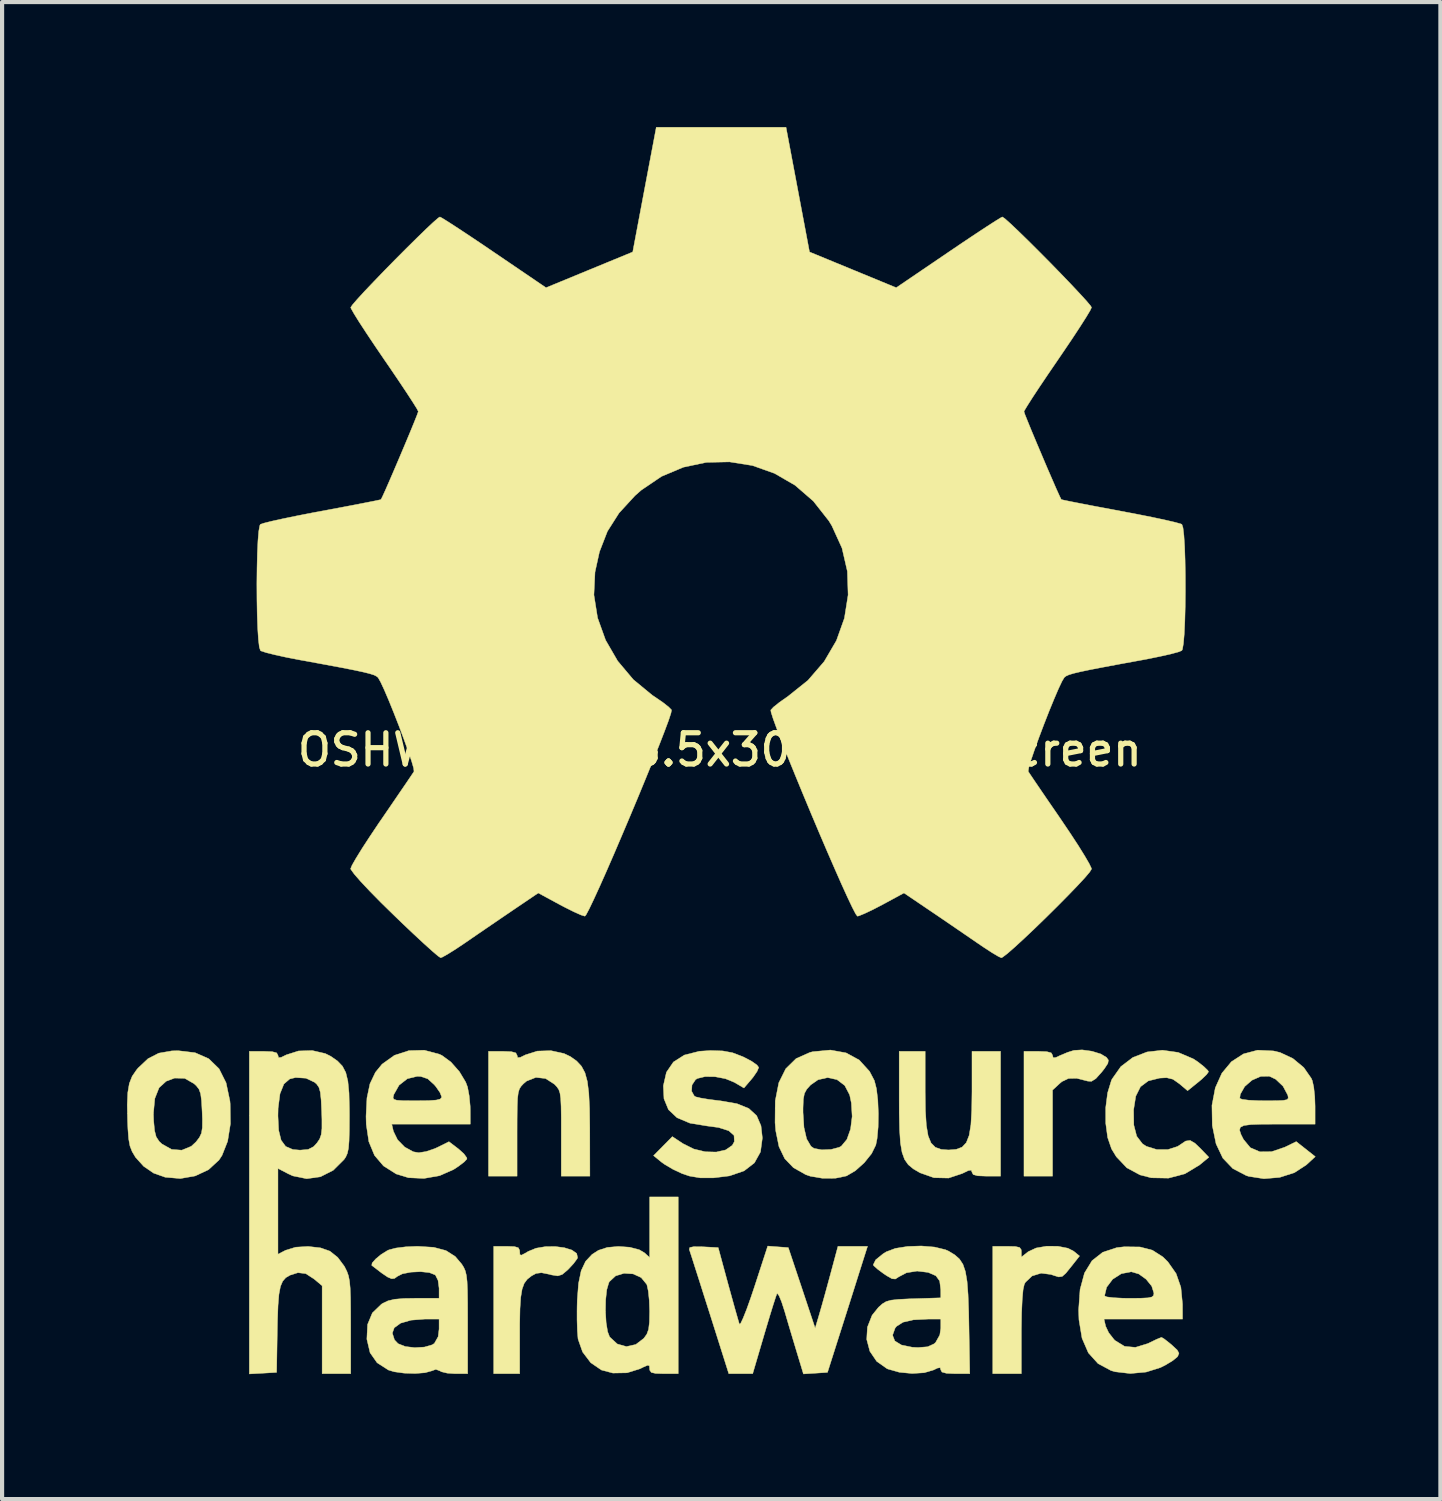
<source format=kicad_pcb>
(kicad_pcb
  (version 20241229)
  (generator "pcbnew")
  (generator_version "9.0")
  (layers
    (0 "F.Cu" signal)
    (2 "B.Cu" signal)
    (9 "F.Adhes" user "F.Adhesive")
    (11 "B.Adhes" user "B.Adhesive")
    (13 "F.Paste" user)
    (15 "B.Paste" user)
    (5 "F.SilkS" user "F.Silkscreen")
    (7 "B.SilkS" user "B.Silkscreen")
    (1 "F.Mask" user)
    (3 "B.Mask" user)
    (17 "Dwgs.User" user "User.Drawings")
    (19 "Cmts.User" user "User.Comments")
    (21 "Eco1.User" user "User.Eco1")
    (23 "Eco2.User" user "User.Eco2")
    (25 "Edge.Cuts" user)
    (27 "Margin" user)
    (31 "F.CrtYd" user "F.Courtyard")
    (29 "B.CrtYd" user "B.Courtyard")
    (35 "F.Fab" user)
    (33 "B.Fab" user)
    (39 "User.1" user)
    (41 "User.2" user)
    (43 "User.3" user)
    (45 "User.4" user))
  (footprint "OSHW-Logo_28.5x30mm_SilkScreen"
    (layer "F.Cu")
    (at 14.232 14.952)
    (property "Reference" "OSHW-Logo_28.5x30mm_SilkScreen" (at 0 0 0) (layer "F.SilkS") (effects (font (size 0.75 0.75) (thickness 0.125))))
    (attr exclude_from_pos_files exclude_from_bom)
    (fp_poly (pts (xy 8.931 7.236) (xy 9.146 7.302) (xy 9.284 7.385) (xy 9.329 7.45) (xy 9.316 7.528) (xy 9.236 7.65) (xy 9.168 7.737) (xy 9.028 7.893) (xy 8.923 7.959) (xy 8.833 7.954) (xy 8.567 7.886) (xy 8.371 7.89) (xy 8.212 7.966) (xy 8.159 8.011) (xy 7.988 8.169) (xy 7.988 10.235) (xy 7.302 10.235) (xy 7.302 7.239) (xy 7.645 7.239) (xy 7.851 7.247) (xy 7.957 7.276) (xy 7.988 7.333) (xy 7.988 7.335) (xy 8.003 7.394) (xy 8.069 7.386) (xy 8.16 7.343) (xy 8.348 7.264) (xy 8.501 7.216) (xy 8.698 7.204) (xy 8.931 7.236)) (stroke (width 0.01) (type solid)) (fill yes) (layer "F.SilkS"))
    (fp_poly (pts (xy 8.116 11.919) (xy 8.356 11.966) (xy 8.493 12.036) (xy 8.636 12.153) (xy 8.432 12.411) (xy 8.306 12.567) (xy 8.22 12.643) (xy 8.135 12.655) (xy 8.011 12.617) (xy 7.952 12.596) (xy 7.714 12.565) (xy 7.496 12.632) (xy 7.336 12.784) (xy 7.31 12.832) (xy 7.281 12.96) (xy 7.26 13.196) (xy 7.245 13.523) (xy 7.239 13.925) (xy 7.239 13.982) (xy 7.239 14.978) (xy 6.553 14.978) (xy 6.553 11.92) (xy 6.896 11.92) (xy 7.094 11.925) (xy 7.197 11.948) (xy 7.235 12) (xy 7.239 12.049) (xy 7.239 12.179) (xy 7.404 12.049) (xy 7.592 11.961) (xy 7.846 11.917) (xy 8.116 11.919)) (stroke (width 0.01) (type solid)) (fill yes) (layer "F.SilkS"))
    (fp_poly (pts (xy -4.93 11.927) (xy -4.837 11.955) (xy -4.807 12.016) (xy -4.805 12.044) (xy -4.8 12.121) (xy -4.763 12.133) (xy -4.662 12.08) (xy -4.603 12.044) (xy -4.414 11.966) (xy -4.189 11.928) (xy -3.953 11.925) (xy -3.732 11.954) (xy -3.552 12.01) (xy -3.437 12.091) (xy -3.415 12.191) (xy -3.426 12.218) (xy -3.509 12.332) (xy -3.638 12.471) (xy -3.661 12.493) (xy -3.784 12.596) (xy -3.89 12.63) (xy -4.038 12.607) (xy -4.097 12.591) (xy -4.282 12.554) (xy -4.412 12.571) (xy -4.521 12.63) (xy -4.622 12.709) (xy -4.696 12.808) (xy -4.747 12.947) (xy -4.78 13.145) (xy -4.798 13.419) (xy -4.805 13.791) (xy -4.805 14.015) (xy -4.805 14.978) (xy -5.429 14.978) (xy -5.429 11.92) (xy -5.117 11.92) (xy -4.93 11.927)) (stroke (width 0.01) (type solid)) (fill yes) (layer "F.SilkS"))
    (fp_poly (pts (xy 4.93 8.211) (xy 4.936 8.668) (xy 4.958 9.016) (xy 5.001 9.268) (xy 5.071 9.439) (xy 5.174 9.543) (xy 5.316 9.594) (xy 5.492 9.607) (xy 5.676 9.592) (xy 5.816 9.539) (xy 5.917 9.432) (xy 5.986 9.257) (xy 6.028 9.001) (xy 6.048 8.648) (xy 6.054 8.211) (xy 6.054 7.239) (xy 6.74 7.239) (xy 6.74 10.235) (xy 6.397 10.235) (xy 6.19 10.227) (xy 6.083 10.197) (xy 6.054 10.141) (xy 6.036 10.091) (xy 5.964 10.102) (xy 5.82 10.172) (xy 5.491 10.281) (xy 5.141 10.273) (xy 4.806 10.155) (xy 4.647 10.062) (xy 4.525 9.961) (xy 4.436 9.835) (xy 4.375 9.666) (xy 4.336 9.436) (xy 4.316 9.127) (xy 4.307 8.723) (xy 4.306 8.41) (xy 4.306 7.239) (xy 4.93 7.239) (xy 4.93 8.211)) (stroke (width 0.01) (type solid)) (fill yes) (layer "F.SilkS"))
    (fp_poly (pts (xy -3.742 7.291) (xy -3.587 7.365) (xy -3.437 7.472) (xy -3.322 7.596) (xy -3.238 7.753) (xy -3.181 7.962) (xy -3.146 8.241) (xy -3.128 8.607) (xy -3.122 9.078) (xy -3.122 9.127) (xy -3.12 10.235) (xy -3.807 10.235) (xy -3.807 9.214) (xy -3.807 8.835) (xy -3.811 8.561) (xy -3.82 8.37) (xy -3.838 8.242) (xy -3.867 8.156) (xy -3.911 8.092) (xy -3.971 8.028) (xy -4.184 7.891) (xy -4.416 7.865) (xy -4.638 7.952) (xy -4.715 8.017) (xy -4.771 8.077) (xy -4.812 8.142) (xy -4.839 8.232) (xy -4.856 8.367) (xy -4.864 8.567) (xy -4.867 8.854) (xy -4.868 9.202) (xy -4.868 10.235) (xy -5.554 10.235) (xy -5.554 7.239) (xy -5.211 7.239) (xy -5.005 7.247) (xy -4.899 7.276) (xy -4.868 7.333) (xy -4.868 7.335) (xy -4.854 7.39) (xy -4.79 7.384) (xy -4.665 7.323) (xy -4.38 7.233) (xy -4.055 7.223) (xy -3.742 7.291)) (stroke (width 0.01) (type solid)) (fill yes) (layer "F.SilkS"))
    (fp_poly (pts (xy 11.004 7.265) (xy 11.366 7.419) (xy 11.48 7.494) (xy 11.625 7.609) (xy 11.717 7.699) (xy 11.733 7.729) (xy 11.688 7.794) (xy 11.573 7.905) (xy 11.481 7.982) (xy 11.23 8.184) (xy 11.032 8.017) (xy 10.879 7.909) (xy 10.729 7.872) (xy 10.558 7.881) (xy 10.286 7.949) (xy 10.099 8.089) (xy 9.986 8.315) (xy 9.934 8.642) (xy 9.934 8.642) (xy 9.939 9.008) (xy 10.008 9.276) (xy 10.146 9.458) (xy 10.241 9.52) (xy 10.491 9.597) (xy 10.758 9.597) (xy 10.991 9.522) (xy 11.046 9.486) (xy 11.184 9.393) (xy 11.292 9.378) (xy 11.409 9.447) (xy 11.538 9.571) (xy 11.741 9.782) (xy 11.515 9.968) (xy 11.165 10.179) (xy 10.771 10.283) (xy 10.359 10.275) (xy 10.089 10.206) (xy 9.772 10.036) (xy 9.519 9.769) (xy 9.404 9.58) (xy 9.311 9.309) (xy 9.265 8.965) (xy 9.264 8.593) (xy 9.31 8.236) (xy 9.401 7.937) (xy 9.416 7.906) (xy 9.628 7.605) (xy 9.916 7.386) (xy 10.257 7.254) (xy 10.627 7.212) (xy 11.004 7.265)) (stroke (width 0.01) (type solid)) (fill yes) (layer "F.SilkS"))
    (fp_poly (pts (xy 3.031 7.276) (xy 3.347 7.448) (xy 3.594 7.72) (xy 3.71 7.94) (xy 3.76 8.135) (xy 3.793 8.413) (xy 3.806 8.733) (xy 3.801 9.055) (xy 3.775 9.337) (xy 3.745 9.488) (xy 3.643 9.695) (xy 3.467 9.914) (xy 3.254 10.105) (xy 3.043 10.229) (xy 3.038 10.231) (xy 2.777 10.285) (xy 2.468 10.287) (xy 2.173 10.237) (xy 2.06 10.198) (xy 1.767 10.032) (xy 1.558 9.815) (xy 1.42 9.527) (xy 1.343 9.15) (xy 1.326 8.952) (xy 1.328 8.704) (xy 1.997 8.704) (xy 2.02 9.066) (xy 2.084 9.342) (xy 2.188 9.519) (xy 2.261 9.569) (xy 2.449 9.604) (xy 2.673 9.594) (xy 2.866 9.543) (xy 2.917 9.515) (xy 3.051 9.353) (xy 3.139 9.105) (xy 3.177 8.803) (xy 3.158 8.48) (xy 3.117 8.285) (xy 2.999 8.059) (xy 2.813 7.918) (xy 2.589 7.869) (xy 2.358 7.921) (xy 2.179 8.046) (xy 2.086 8.149) (xy 2.031 8.251) (xy 2.005 8.389) (xy 1.997 8.6) (xy 1.997 8.704) (xy 1.328 8.704) (xy 1.331 8.425) (xy 1.416 7.993) (xy 1.583 7.656) (xy 1.831 7.413) (xy 2.161 7.266) (xy 2.231 7.248) (xy 2.656 7.208) (xy 3.031 7.276)) (stroke (width 0.01) (type solid)) (fill yes) (layer "F.SilkS"))
    (fp_poly (pts (xy 1.397 11.933) (xy 1.644 11.951) (xy 1.967 12.918) (xy 2.289 13.886) (xy 2.391 13.543) (xy 2.452 13.33) (xy 2.532 13.044) (xy 2.618 12.729) (xy 2.664 12.56) (xy 2.836 11.92) (xy 3.546 11.92) (xy 3.333 12.591) (xy 3.229 12.921) (xy 3.103 13.319) (xy 2.971 13.734) (xy 2.853 14.104) (xy 2.585 14.947) (xy 2.296 14.966) (xy 2.007 14.984) (xy 1.85 14.466) (xy 1.753 14.144) (xy 1.647 13.79) (xy 1.555 13.476) (xy 1.551 13.464) (xy 1.482 13.251) (xy 1.422 13.107) (xy 1.379 13.052) (xy 1.37 13.058) (xy 1.34 13.143) (xy 1.281 13.325) (xy 1.202 13.581) (xy 1.11 13.888) (xy 1.06 14.057) (xy 0.789 14.978) (xy 0.215 14.978) (xy -0.244 13.527) (xy -0.374 13.12) (xy -0.491 12.75) (xy -0.592 12.435) (xy -0.669 12.193) (xy -0.719 12.039) (xy -0.734 11.995) (xy -0.722 11.949) (xy -0.628 11.929) (xy -0.433 11.931) (xy -0.402 11.932) (xy -0.039 11.951) (xy 0.198 12.825) (xy 0.286 13.143) (xy 0.364 13.424) (xy 0.426 13.641) (xy 0.464 13.771) (xy 0.472 13.792) (xy 0.501 13.768) (xy 0.561 13.641) (xy 0.645 13.43) (xy 0.744 13.152) (xy 0.829 12.9) (xy 1.15 11.914) (xy 1.397 11.933)) (stroke (width 0.01) (type solid)) (fill yes) (layer "F.SilkS"))
    (fp_poly (pts (xy -12.598 7.272) (xy -12.271 7.416) (xy -12.023 7.657) (xy -11.854 7.995) (xy -11.762 8.431) (xy -11.756 8.499) (xy -11.75 8.978) (xy -11.817 9.398) (xy -11.952 9.739) (xy -12.024 9.848) (xy -12.275 10.08) (xy -12.595 10.23) (xy -12.952 10.293) (xy -13.317 10.261) (xy -13.594 10.163) (xy -13.833 9.999) (xy -14.028 9.783) (xy -14.031 9.778) (xy -14.11 9.645) (xy -14.162 9.511) (xy -14.193 9.342) (xy -14.211 9.104) (xy -14.219 8.909) (xy -14.223 8.731) (xy -13.599 8.731) (xy -13.593 8.908) (xy -13.571 9.143) (xy -13.532 9.293) (xy -13.461 9.401) (xy -13.395 9.463) (xy -13.161 9.594) (xy -12.917 9.612) (xy -12.689 9.518) (xy -12.575 9.412) (xy -12.493 9.305) (xy -12.445 9.203) (xy -12.424 9.071) (xy -12.422 8.872) (xy -12.429 8.689) (xy -12.443 8.427) (xy -12.465 8.258) (xy -12.505 8.147) (xy -12.572 8.062) (xy -12.625 8.014) (xy -12.848 7.887) (xy -13.089 7.881) (xy -13.291 7.956) (xy -13.463 8.113) (xy -13.565 8.371) (xy -13.599 8.731) (xy -14.223 8.731) (xy -14.227 8.52) (xy -14.214 8.229) (xy -14.177 8.011) (xy -14.109 7.838) (xy -14.005 7.686) (xy -13.967 7.64) (xy -13.728 7.415) (xy -13.471 7.283) (xy -13.156 7.228) (xy -13.003 7.224) (xy -12.598 7.272)) (stroke (width 0.01) (type solid)) (fill yes) (layer "F.SilkS"))
    (fp_poly (pts (xy -0.999 14.978) (xy -1.342 14.978) (xy -1.541 14.972) (xy -1.645 14.948) (xy -1.682 14.895) (xy -1.685 14.86) (xy -1.691 14.789) (xy -1.731 14.775) (xy -1.835 14.819) (xy -1.917 14.86) (xy -2.228 14.957) (xy -2.567 14.963) (xy -2.843 14.89) (xy -3.099 14.715) (xy -3.295 14.457) (xy -3.402 14.152) (xy -3.405 14.135) (xy -3.42 13.949) (xy -3.428 13.682) (xy -3.428 13.481) (xy -2.746 13.481) (xy -2.73 13.749) (xy -2.694 13.97) (xy -2.646 14.095) (xy -2.462 14.265) (xy -2.243 14.327) (xy -2.018 14.277) (xy -1.825 14.13) (xy -1.753 14.03) (xy -1.71 13.912) (xy -1.69 13.739) (xy -1.685 13.48) (xy -1.694 13.223) (xy -1.717 12.997) (xy -1.75 12.846) (xy -1.756 12.832) (xy -1.888 12.671) (xy -2.082 12.582) (xy -2.3 12.568) (xy -2.502 12.63) (xy -2.651 12.768) (xy -2.666 12.796) (xy -2.715 12.964) (xy -2.741 13.206) (xy -2.746 13.481) (xy -3.428 13.481) (xy -3.427 13.378) (xy -3.423 13.215) (xy -3.392 12.81) (xy -3.329 12.506) (xy -3.223 12.281) (xy -3.067 12.114) (xy -2.914 12.016) (xy -2.702 11.947) (xy -2.437 11.923) (xy -2.166 11.942) (xy -1.935 12.002) (xy -1.812 12.074) (xy -1.685 12.189) (xy -1.685 10.734) (xy -0.999 10.734) (xy -0.999 14.978)) (stroke (width 0.01) (type solid)) (fill yes) (layer "F.SilkS"))
    (fp_poly (pts (xy 13.291 7.229) (xy 13.451 7.267) (xy 13.757 7.41) (xy 14.019 7.627) (xy 14.2 7.887) (xy 14.225 7.945) (xy 14.259 8.099) (xy 14.283 8.325) (xy 14.291 8.554) (xy 14.291 8.987) (xy 13.386 8.987) (xy 13.013 8.988) (xy 12.75 8.997) (xy 12.583 9.019) (xy 12.497 9.061) (xy 12.478 9.13) (xy 12.511 9.233) (xy 12.571 9.352) (xy 12.736 9.552) (xy 12.966 9.651) (xy 13.246 9.648) (xy 13.564 9.54) (xy 13.839 9.406) (xy 14.296 9.767) (xy 14.081 9.965) (xy 13.794 10.152) (xy 13.442 10.265) (xy 13.063 10.297) (xy 12.697 10.24) (xy 12.638 10.221) (xy 12.316 10.053) (xy 12.076 9.802) (xy 11.914 9.461) (xy 11.824 9.023) (xy 11.823 9.014) (xy 11.815 8.536) (xy 11.848 8.366) (xy 12.482 8.366) (xy 12.54 8.392) (xy 12.698 8.412) (xy 12.931 8.423) (xy 13.079 8.425) (xy 13.354 8.424) (xy 13.526 8.417) (xy 13.617 8.399) (xy 13.647 8.364) (xy 13.64 8.307) (xy 13.633 8.285) (xy 13.522 8.077) (xy 13.346 7.909) (xy 13.191 7.836) (xy 12.985 7.84) (xy 12.776 7.932) (xy 12.601 8.084) (xy 12.496 8.269) (xy 12.482 8.366) (xy 11.848 8.366) (xy 11.895 8.116) (xy 12.054 7.763) (xy 12.282 7.488) (xy 12.571 7.301) (xy 12.91 7.211) (xy 13.291 7.229)) (stroke (width 0.01) (type solid)) (fill yes) (layer "F.SilkS"))
    (fp_poly (pts (xy 0.07 7.229) (xy 0.306 7.273) (xy 0.551 7.367) (xy 0.577 7.379) (xy 0.763 7.477) (xy 0.892 7.568) (xy 0.934 7.626) (xy 0.894 7.721) (xy 0.798 7.861) (xy 0.755 7.913) (xy 0.579 8.119) (xy 0.352 7.985) (xy 0.136 7.896) (xy -0.114 7.848) (xy -0.353 7.845) (xy -0.539 7.89) (xy -0.583 7.918) (xy -0.668 8.046) (xy -0.678 8.194) (xy -0.615 8.309) (xy -0.577 8.332) (xy -0.465 8.359) (xy -0.267 8.392) (xy -0.024 8.423) (xy 0.021 8.428) (xy 0.412 8.496) (xy 0.696 8.611) (xy 0.884 8.784) (xy 0.988 9.025) (xy 1.021 9.319) (xy 0.976 9.654) (xy 0.83 9.917) (xy 0.582 10.109) (xy 0.232 10.229) (xy -0.156 10.277) (xy -0.473 10.276) (xy -0.73 10.233) (xy -0.905 10.174) (xy -1.127 10.07) (xy -1.331 9.949) (xy -1.404 9.896) (xy -1.591 9.743) (xy -1.366 9.515) (xy -1.14 9.286) (xy -0.883 9.456) (xy -0.626 9.584) (xy -0.351 9.65) (xy -0.086 9.657) (xy 0.139 9.606) (xy 0.298 9.497) (xy 0.349 9.405) (xy 0.341 9.258) (xy 0.214 9.145) (xy -0.032 9.067) (xy -0.303 9.031) (xy -0.718 8.963) (xy -1.027 8.833) (xy -1.233 8.639) (xy -1.341 8.377) (xy -1.356 8.066) (xy -1.282 7.741) (xy -1.114 7.495) (xy -0.851 7.328) (xy -0.491 7.237) (xy -0.224 7.22) (xy 0.07 7.229)) (stroke (width 0.01) (type solid)) (fill yes) (layer "F.SilkS"))
    (fp_poly (pts (xy 10.088 11.936) (xy 10.386 12.014) (xy 10.636 12.174) (xy 10.757 12.293) (xy 10.955 12.576) (xy 11.069 12.904) (xy 11.108 13.307) (xy 11.108 13.34) (xy 11.109 13.667) (xy 9.223 13.667) (xy 9.263 13.839) (xy 9.336 13.994) (xy 9.463 14.156) (xy 9.489 14.182) (xy 9.718 14.322) (xy 9.978 14.346) (xy 10.278 14.254) (xy 10.329 14.229) (xy 10.484 14.154) (xy 10.589 14.111) (xy 10.607 14.107) (xy 10.671 14.145) (xy 10.792 14.24) (xy 10.853 14.291) (xy 10.981 14.41) (xy 11.023 14.488) (xy 10.994 14.56) (xy 10.978 14.579) (xy 10.873 14.665) (xy 10.699 14.77) (xy 10.578 14.831) (xy 10.234 14.939) (xy 9.854 14.974) (xy 9.493 14.932) (xy 9.392 14.903) (xy 9.08 14.735) (xy 8.848 14.478) (xy 8.696 14.127) (xy 8.622 13.682) (xy 8.614 13.449) (xy 8.638 13.11) (xy 9.236 13.11) (xy 9.294 13.135) (xy 9.45 13.154) (xy 9.676 13.166) (xy 9.829 13.168) (xy 10.105 13.166) (xy 10.279 13.157) (xy 10.374 13.136) (xy 10.414 13.099) (xy 10.422 13.044) (xy 10.369 12.876) (xy 10.234 12.71) (xy 10.057 12.583) (xy 9.879 12.531) (xy 9.639 12.577) (xy 9.43 12.711) (xy 9.286 12.903) (xy 9.236 13.11) (xy 8.638 13.11) (xy 8.649 12.955) (xy 8.755 12.561) (xy 8.936 12.265) (xy 9.193 12.063) (xy 9.529 11.952) (xy 9.711 11.931) (xy 10.088 11.936)) (stroke (width 0.01) (type solid)) (fill yes) (layer "F.SilkS"))
    (fp_poly (pts (xy -6.733 7.309) (xy -6.671 7.338) (xy -6.456 7.496) (xy -6.253 7.726) (xy -6.101 7.979) (xy -6.057 8.096) (xy -6.018 8.304) (xy -5.994 8.555) (xy -5.992 8.659) (xy -5.991 8.987) (xy -7.877 8.987) (xy -7.837 9.158) (xy -7.738 9.361) (xy -7.566 9.537) (xy -7.36 9.65) (xy -7.23 9.673) (xy -7.052 9.645) (xy -6.841 9.573) (xy -6.769 9.54) (xy -6.503 9.408) (xy -6.276 9.581) (xy -6.145 9.698) (xy -6.076 9.794) (xy -6.072 9.823) (xy -6.134 9.891) (xy -6.271 9.996) (xy -6.394 10.077) (xy -6.728 10.224) (xy -7.103 10.29) (xy -7.474 10.273) (xy -7.77 10.183) (xy -8.075 9.99) (xy -8.291 9.736) (xy -8.427 9.407) (xy -8.489 8.99) (xy -8.494 8.799) (xy -8.472 8.362) (xy -8.47 8.349) (xy -7.845 8.349) (xy -7.827 8.39) (xy -7.757 8.413) (xy -7.611 8.423) (xy -7.368 8.425) (xy -7.275 8.425) (xy -6.99 8.422) (xy -6.81 8.409) (xy -6.713 8.385) (xy -6.679 8.345) (xy -6.678 8.332) (xy -6.717 8.231) (xy -6.815 8.089) (xy -6.857 8.039) (xy -7.013 7.898) (xy -7.176 7.843) (xy -7.264 7.838) (xy -7.502 7.896) (xy -7.701 8.052) (xy -7.828 8.277) (xy -7.83 8.285) (xy -7.845 8.349) (xy -8.47 8.349) (xy -8.4 8.018) (xy -8.269 7.743) (xy -8.109 7.547) (xy -7.813 7.335) (xy -7.465 7.222) (xy -7.096 7.212) (xy -6.733 7.309)) (stroke (width 0.01) (type solid)) (fill yes) (layer "F.SilkS"))
    (fp_poly (pts (xy 5.154 11.938) (xy 5.417 12.002) (xy 5.493 12.036) (xy 5.64 12.125) (xy 5.753 12.225) (xy 5.837 12.353) (xy 5.896 12.527) (xy 5.936 12.765) (xy 5.96 13.083) (xy 5.975 13.499) (xy 5.98 13.777) (xy 6.001 14.978) (xy 5.653 14.978) (xy 5.442 14.969) (xy 5.333 14.939) (xy 5.305 14.888) (xy 5.29 14.833) (xy 5.223 14.844) (xy 5.133 14.888) (xy 4.907 14.955) (xy 4.616 14.973) (xy 4.31 14.944) (xy 4.038 14.867) (xy 4.014 14.857) (xy 3.766 14.682) (xy 3.602 14.44) (xy 3.527 14.157) (xy 3.532 14.055) (xy 4.147 14.055) (xy 4.201 14.192) (xy 4.361 14.29) (xy 4.62 14.343) (xy 4.759 14.35) (xy 4.989 14.332) (xy 5.142 14.262) (xy 5.18 14.229) (xy 5.281 14.049) (xy 5.305 13.886) (xy 5.305 13.667) (xy 5 13.667) (xy 4.647 13.685) (xy 4.399 13.742) (xy 4.242 13.841) (xy 4.207 13.886) (xy 4.147 14.055) (xy 3.532 14.055) (xy 3.544 13.859) (xy 3.656 13.575) (xy 3.81 13.384) (xy 3.903 13.301) (xy 3.994 13.246) (xy 4.113 13.213) (xy 4.288 13.194) (xy 4.55 13.181) (xy 4.653 13.178) (xy 5.305 13.157) (xy 5.304 12.96) (xy 5.278 12.752) (xy 5.187 12.627) (xy 5.003 12.547) (xy 4.998 12.546) (xy 4.737 12.514) (xy 4.481 12.555) (xy 4.291 12.655) (xy 4.215 12.705) (xy 4.133 12.698) (xy 4.007 12.626) (xy 3.932 12.576) (xy 3.787 12.468) (xy 3.697 12.387) (xy 3.683 12.364) (xy 3.742 12.244) (xy 3.918 12.101) (xy 3.994 12.053) (xy 4.213 11.97) (xy 4.509 11.923) (xy 4.837 11.912) (xy 5.154 11.938)) (stroke (width 0.01) (type solid)) (fill yes) (layer "F.SilkS"))
    (fp_poly (pts (xy -6.87 11.944) (xy -6.576 12.022) (xy -6.353 12.164) (xy -6.195 12.35) (xy -6.146 12.43) (xy -6.11 12.513) (xy -6.085 12.619) (xy -6.068 12.768) (xy -6.059 12.979) (xy -6.055 13.272) (xy -6.054 13.666) (xy -6.054 13.77) (xy -6.054 14.978) (xy -6.353 14.978) (xy -6.544 14.965) (xy -6.685 14.931) (xy -6.721 14.91) (xy -6.818 14.874) (xy -6.916 14.91) (xy -7.079 14.955) (xy -7.316 14.973) (xy -7.578 14.965) (xy -7.817 14.932) (xy -7.957 14.89) (xy -8.228 14.716) (xy -8.397 14.475) (xy -8.473 14.154) (xy -8.474 14.146) (xy -8.467 14.004) (xy -7.863 14.004) (xy -7.811 14.166) (xy -7.725 14.257) (xy -7.552 14.326) (xy -7.324 14.353) (xy -7.092 14.339) (xy -6.906 14.285) (xy -6.854 14.251) (xy -6.763 14.09) (xy -6.74 13.907) (xy -6.74 13.667) (xy -7.085 13.667) (xy -7.413 13.693) (xy -7.662 13.764) (xy -7.817 13.876) (xy -7.863 14.004) (xy -8.467 14.004) (xy -8.457 13.796) (xy -8.342 13.519) (xy -8.124 13.309) (xy -8.094 13.29) (xy -7.965 13.228) (xy -7.806 13.191) (xy -7.582 13.172) (xy -7.317 13.168) (xy -6.74 13.168) (xy -6.74 12.926) (xy -6.765 12.738) (xy -6.827 12.613) (xy -6.834 12.606) (xy -6.973 12.551) (xy -7.183 12.529) (xy -7.415 12.54) (xy -7.621 12.58) (xy -7.742 12.641) (xy -7.808 12.69) (xy -7.878 12.699) (xy -7.974 12.659) (xy -8.12 12.56) (xy -8.337 12.393) (xy -8.357 12.378) (xy -8.347 12.32) (xy -8.261 12.223) (xy -8.132 12.116) (xy -7.988 12.026) (xy -7.943 12.005) (xy -7.779 11.962) (xy -7.538 11.932) (xy -7.269 11.92) (xy -7.257 11.92) (xy -6.87 11.944)) (stroke (width 0.01) (type solid)) (fill yes) (layer "F.SilkS"))
    (fp_poly (pts (xy -9.473 7.292) (xy -9.342 7.357) (xy -9.18 7.47) (xy -9.061 7.594) (xy -8.98 7.749) (xy -8.93 7.957) (xy -8.903 8.239) (xy -8.894 8.617) (xy -8.893 8.779) (xy -8.895 9.135) (xy -8.902 9.39) (xy -8.916 9.566) (xy -8.942 9.687) (xy -8.981 9.776) (xy -9.022 9.836) (xy -9.282 10.095) (xy -9.588 10.25) (xy -9.919 10.297) (xy -10.252 10.229) (xy -10.357 10.181) (xy -10.609 10.05) (xy -10.609 12.11) (xy -10.425 12.015) (xy -10.183 11.941) (xy -9.884 11.923) (xy -9.587 11.957) (xy -9.362 12.036) (xy -9.175 12.185) (xy -9.016 12.398) (xy -9.004 12.42) (xy -8.953 12.523) (xy -8.916 12.627) (xy -8.891 12.753) (xy -8.875 12.922) (xy -8.866 13.156) (xy -8.863 13.474) (xy -8.862 13.833) (xy -8.862 14.978) (xy -9.548 14.978) (xy -9.548 12.867) (xy -9.74 12.706) (xy -9.94 12.576) (xy -10.129 12.553) (xy -10.319 12.613) (xy -10.42 12.672) (xy -10.495 12.757) (xy -10.549 12.884) (xy -10.585 13.073) (xy -10.607 13.341) (xy -10.62 13.705) (xy -10.625 13.948) (xy -10.641 14.947) (xy -10.968 14.966) (xy -11.296 14.984) (xy -11.296 8.788) (xy -10.609 8.788) (xy -10.592 9.133) (xy -10.533 9.373) (xy -10.423 9.522) (xy -10.252 9.596) (xy -10.079 9.611) (xy -9.883 9.594) (xy -9.753 9.527) (xy -9.672 9.439) (xy -9.608 9.345) (xy -9.57 9.239) (xy -9.553 9.092) (xy -9.553 8.87) (xy -9.559 8.685) (xy -9.572 8.406) (xy -9.591 8.222) (xy -9.624 8.106) (xy -9.677 8.028) (xy -9.727 7.983) (xy -9.936 7.884) (xy -10.184 7.868) (xy -10.326 7.902) (xy -10.466 8.023) (xy -10.56 8.257) (xy -10.605 8.604) (xy -10.609 8.788) (xy -11.296 8.788) (xy -11.296 7.239) (xy -10.953 7.239) (xy -10.746 7.247) (xy -10.64 7.276) (xy -10.609 7.333) (xy -10.609 7.335) (xy -10.595 7.39) (xy -10.532 7.384) (xy -10.407 7.323) (xy -10.114 7.23) (xy -9.785 7.22) (xy -9.473 7.292)) (stroke (width 0.01) (type solid)) (fill yes) (layer "F.SilkS"))
    (fp_poly (pts (xy 2.153 -11.953) (xy 3.194 -11.524) (xy 4.235 -11.095) (xy 5.484 -11.944) (xy 5.834 -12.181) (xy 6.15 -12.392) (xy 6.418 -12.568) (xy 6.623 -12.7) (xy 6.75 -12.777) (xy 6.784 -12.794) (xy 6.846 -12.751) (xy 6.979 -12.632) (xy 7.168 -12.453) (xy 7.398 -12.229) (xy 7.654 -11.974) (xy 7.921 -11.705) (xy 8.184 -11.435) (xy 8.428 -11.181) (xy 8.639 -10.956) (xy 8.802 -10.778) (xy 8.901 -10.66) (xy 8.924 -10.62) (xy 8.89 -10.547) (xy 8.795 -10.388) (xy 8.648 -10.157) (xy 8.46 -9.871) (xy 8.24 -9.545) (xy 8.113 -9.359) (xy 7.881 -9.019) (xy 7.675 -8.713) (xy 7.505 -8.455) (xy 7.381 -8.26) (xy 7.312 -8.145) (xy 7.302 -8.12) (xy 7.325 -8.051) (xy 7.389 -7.891) (xy 7.483 -7.661) (xy 7.599 -7.384) (xy 7.726 -7.084) (xy 7.854 -6.782) (xy 7.976 -6.501) (xy 8.079 -6.264) (xy 8.156 -6.094) (xy 8.196 -6.013) (xy 8.199 -6.009) (xy 8.262 -5.994) (xy 8.431 -5.959) (xy 8.687 -5.909) (xy 9.014 -5.846) (xy 9.394 -5.775) (xy 9.615 -5.733) (xy 10.021 -5.656) (xy 10.387 -5.583) (xy 10.696 -5.517) (xy 10.928 -5.463) (xy 11.065 -5.425) (xy 11.093 -5.413) (xy 11.12 -5.331) (xy 11.142 -5.146) (xy 11.159 -4.879) (xy 11.17 -4.553) (xy 11.176 -4.189) (xy 11.177 -3.808) (xy 11.173 -3.432) (xy 11.164 -3.083) (xy 11.15 -2.782) (xy 11.13 -2.551) (xy 11.106 -2.412) (xy 11.091 -2.383) (xy 11.003 -2.348) (xy 10.817 -2.298) (xy 10.556 -2.24) (xy 10.247 -2.177) (xy 10.139 -2.157) (xy 9.619 -2.062) (xy 9.208 -1.985) (xy 8.892 -1.924) (xy 8.659 -1.875) (xy 8.494 -1.836) (xy 8.385 -1.803) (xy 8.316 -1.773) (xy 8.276 -1.743) (xy 8.27 -1.738) (xy 8.214 -1.644) (xy 8.128 -1.461) (xy 8.021 -1.211) (xy 7.901 -0.918) (xy 7.778 -0.603) (xy 7.659 -0.288) (xy 7.554 0.003) (xy 7.47 0.249) (xy 7.417 0.428) (xy 7.403 0.515) (xy 7.404 0.519) (xy 7.451 0.59) (xy 7.558 0.749) (xy 7.713 0.977) (xy 7.905 1.258) (xy 8.124 1.576) (xy 8.186 1.667) (xy 8.407 1.995) (xy 8.603 2.294) (xy 8.76 2.547) (xy 8.87 2.737) (xy 8.922 2.847) (xy 8.924 2.861) (xy 8.881 2.932) (xy 8.762 3.073) (xy 8.581 3.268) (xy 8.355 3.502) (xy 8.099 3.761) (xy 7.828 4.029) (xy 7.558 4.291) (xy 7.303 4.532) (xy 7.08 4.737) (xy 6.904 4.891) (xy 6.789 4.978) (xy 6.758 4.993) (xy 6.684 4.959) (xy 6.533 4.869) (xy 6.329 4.736) (xy 6.173 4.63) (xy 5.889 4.435) (xy 5.553 4.205) (xy 5.216 3.975) (xy 5.034 3.852) (xy 4.421 3.437) (xy 3.906 3.716) (xy 3.671 3.838) (xy 3.472 3.932) (xy 3.337 3.987) (xy 3.302 3.994) (xy 3.261 3.938) (xy 3.18 3.782) (xy 3.064 3.538) (xy 2.92 3.221) (xy 2.755 2.847) (xy 2.573 2.429) (xy 2.382 1.982) (xy 2.187 1.52) (xy 1.995 1.059) (xy 1.811 0.612) (xy 1.641 0.193) (xy 1.492 -0.182) (xy 1.37 -0.499) (xy 1.281 -0.743) (xy 1.231 -0.901) (xy 1.223 -0.955) (xy 1.287 -1.025) (xy 1.427 -1.137) (xy 1.615 -1.269) (xy 1.63 -1.279) (xy 2.115 -1.667) (xy 2.505 -2.119) (xy 2.799 -2.622) (xy 2.991 -3.16) (xy 3.08 -3.719) (xy 3.062 -4.285) (xy 2.933 -4.844) (xy 2.689 -5.38) (xy 2.618 -5.497) (xy 2.245 -5.971) (xy 1.805 -6.352) (xy 1.313 -6.637) (xy 0.784 -6.825) (xy 0.232 -6.913) (xy -0.325 -6.901) (xy -0.875 -6.785) (xy -1.4 -6.564) (xy -1.886 -6.235) (xy -2.037 -6.102) (xy -2.42 -5.685) (xy -2.699 -5.246) (xy -2.89 -4.754) (xy -2.997 -4.267) (xy -3.023 -3.719) (xy -2.935 -3.168) (xy -2.743 -2.634) (xy -2.453 -2.133) (xy -2.077 -1.686) (xy -1.622 -1.311) (xy -1.562 -1.271) (xy -1.373 -1.142) (xy -1.229 -1.029) (xy -1.16 -0.958) (xy -1.159 -0.955) (xy -1.174 -0.878) (xy -1.232 -0.702) (xy -1.329 -0.442) (xy -1.457 -0.112) (xy -1.61 0.272) (xy -1.783 0.697) (xy -1.969 1.148) (xy -2.163 1.611) (xy -2.358 2.071) (xy -2.547 2.513) (xy -2.726 2.924) (xy -2.888 3.288) (xy -3.027 3.591) (xy -3.136 3.819) (xy -3.21 3.958) (xy -3.24 3.994) (xy -3.331 3.966) (xy -3.502 3.89) (xy -3.722 3.78) (xy -3.844 3.716) (xy -4.359 3.437) (xy -4.972 3.852) (xy -5.285 4.065) (xy -5.628 4.299) (xy -5.949 4.519) (xy -6.11 4.63) (xy -6.337 4.782) (xy -6.528 4.902) (xy -6.66 4.976) (xy -6.703 4.992) (xy -6.766 4.95) (xy -6.904 4.832) (xy -7.104 4.652) (xy -7.353 4.421) (xy -7.638 4.151) (xy -7.818 3.977) (xy -8.134 3.668) (xy -8.406 3.391) (xy -8.625 3.158) (xy -8.778 2.982) (xy -8.856 2.874) (xy -8.864 2.853) (xy -8.829 2.769) (xy -8.733 2.601) (xy -8.587 2.365) (xy -8.4 2.078) (xy -8.185 1.756) (xy -8.123 1.667) (xy -7.9 1.341) (xy -7.7 1.048) (xy -7.533 0.804) (xy -7.412 0.625) (xy -7.348 0.529) (xy -7.342 0.519) (xy -7.351 0.441) (xy -7.4 0.272) (xy -7.481 0.032) (xy -7.585 -0.256) (xy -7.702 -0.569) (xy -7.826 -0.886) (xy -7.946 -1.182) (xy -8.055 -1.437) (xy -8.144 -1.628) (xy -8.204 -1.733) (xy -8.208 -1.738) (xy -8.245 -1.767) (xy -8.306 -1.797) (xy -8.407 -1.829) (xy -8.56 -1.867) (xy -8.779 -1.914) (xy -9.078 -1.973) (xy -9.47 -2.046) (xy -9.969 -2.138) (xy -10.077 -2.157) (xy -10.397 -2.219) (xy -10.676 -2.28) (xy -10.889 -2.333) (xy -11.012 -2.373) (xy -11.029 -2.383) (xy -11.056 -2.466) (xy -11.078 -2.652) (xy -11.095 -2.919) (xy -11.107 -3.246) (xy -11.113 -3.611) (xy -11.115 -3.992) (xy -11.111 -4.368) (xy -11.103 -4.716) (xy -11.089 -5.017) (xy -11.07 -5.246) (xy -11.045 -5.384) (xy -11.031 -5.413) (xy -10.949 -5.441) (xy -10.763 -5.488) (xy -10.491 -5.548) (xy -10.152 -5.618) (xy -9.764 -5.694) (xy -9.553 -5.733) (xy -9.152 -5.808) (xy -8.794 -5.876) (xy -8.497 -5.934) (xy -8.279 -5.977) (xy -8.157 -6.003) (xy -8.136 -6.009) (xy -8.102 -6.075) (xy -8.03 -6.233) (xy -7.93 -6.462) (xy -7.811 -6.738) (xy -7.683 -7.038) (xy -7.555 -7.341) (xy -7.437 -7.623) (xy -7.339 -7.862) (xy -7.27 -8.035) (xy -7.24 -8.12) (xy -7.239 -8.123) (xy -7.273 -8.19) (xy -7.369 -8.344) (xy -7.516 -8.57) (xy -7.704 -8.852) (xy -7.923 -9.175) (xy -8.051 -9.361) (xy -8.283 -9.702) (xy -8.489 -10.011) (xy -8.66 -10.273) (xy -8.784 -10.473) (xy -8.852 -10.594) (xy -8.862 -10.621) (xy -8.82 -10.684) (xy -8.703 -10.819) (xy -8.527 -11.011) (xy -8.305 -11.244) (xy -8.055 -11.504) (xy -7.789 -11.775) (xy -7.523 -12.042) (xy -7.272 -12.29) (xy -7.052 -12.504) (xy -6.876 -12.669) (xy -6.759 -12.77) (xy -6.72 -12.794) (xy -6.657 -12.76) (xy -6.505 -12.665) (xy -6.28 -12.519) (xy -5.997 -12.332) (xy -5.669 -12.112) (xy -5.422 -11.944) (xy -4.173 -11.095) (xy -3.132 -11.524) (xy -2.091 -11.953) (xy -1.809 -13.45) (xy -1.526 -14.947) (xy 1.589 -14.947) (xy 2.153 -11.953)) (stroke (width 0.01) (type solid)) (fill yes) (layer "F.SilkS")))
  (gr_rect
    (start -3 -3)
    (end 31.532 32.941)
    (stroke (width 0.1) (type default))
    (fill no)
    (layer "Edge.Cuts")))
</source>
